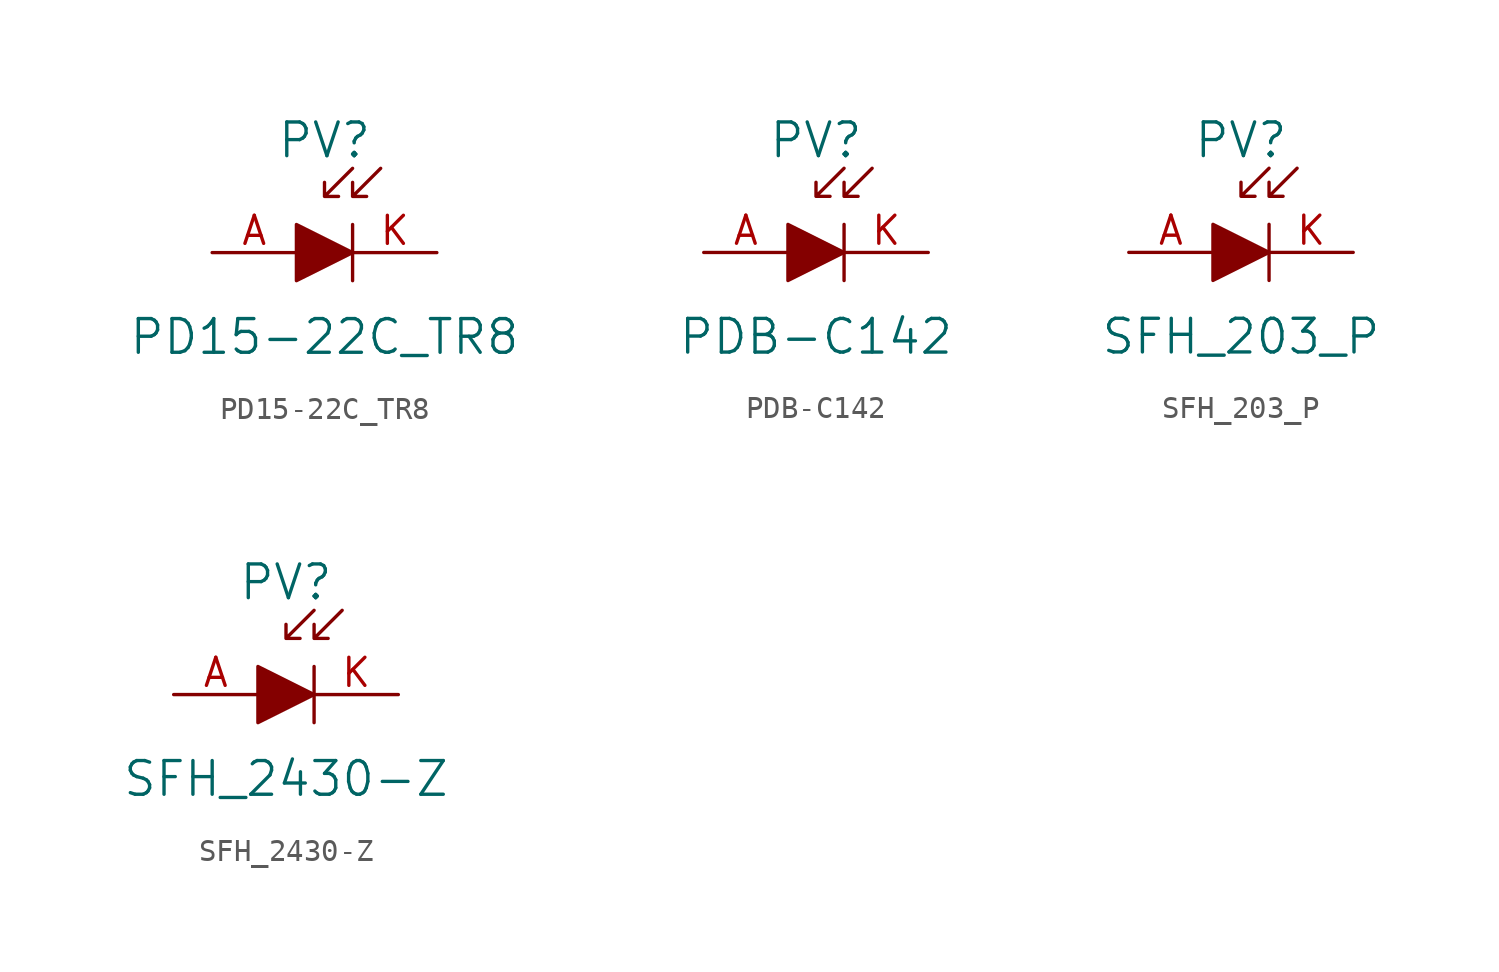
<source format=kicad_sym>
(kicad_symbol_lib
  (version 20231120)
  (generator "kicad_symbol_editor")
  (generator_version "8.0")
  (symbol "PD15-22C_TR8"
    (pin_names
      (offset 0))
    (property "Reference" "PV"
      (at 0 5.08 0)
      (effects (font (size 1.524 1.524))))
    (property "Value" "PD15-22C_TR8"
      (at 0 -3.81 0)
      (effects (font (size 1.524 1.524))))
    (symbol "PD15-22C_TR8_0_1"
      (polyline (pts (xy 1.27 1.27) (xy 1.27 -1.27)) (stroke (width 0) (type solid)) (fill (type none)))
      (polyline (pts (xy -1.27 1.27) (xy -1.27 -1.27) (xy 1.27 0) (xy -1.27 1.27)) (stroke (width 0) (type solid)) (fill (type outline)))
      (polyline (pts (xy 0 2.54) (xy 0.635 2.54) (xy 0 2.54) (xy 0 3.175) (xy 0 2.54) (xy 1.27 3.81)) (stroke (width 0) (type solid)) (fill (type none)))
      (polyline (pts (xy 1.27 2.54) (xy 1.27 3.175) (xy 1.27 2.54) (xy 1.905 2.54) (xy 1.27 2.54) (xy 2.54 3.81)) (stroke (width 0) (type solid)) (fill (type none))))
    (symbol "PD15-22C_TR8_1_1"
      (pin passive line (at -5.08 0 0) (length 3.81) (name "~" (effects (font (size 1.27 1.27)))) (number "A" (effects (font (size 1.27 1.27)))))
      (pin passive line (at 5.08 0 180) (length 3.81) (name "~" (effects (font (size 1.27 1.27)))) (number "K" (effects (font (size 1.27 1.27)))))))
  (symbol "PDB-C142"
    (pin_names
      (offset 0))
    (property "Reference" "PV"
      (at 0 5.08 0)
      (effects (font (size 1.524 1.524))))
    (property "Value" "PDB-C142"
      (at 0 -3.81 0)
      (effects (font (size 1.524 1.524))))
    (symbol "PDB-C142_0_1"
      (polyline (pts (xy 1.27 1.27) (xy 1.27 -1.27)) (stroke (width 0) (type solid)) (fill (type none)))
      (polyline (pts (xy -1.27 1.27) (xy -1.27 -1.27) (xy 1.27 0) (xy -1.27 1.27)) (stroke (width 0) (type solid)) (fill (type outline)))
      (polyline (pts (xy 0 2.54) (xy 0.635 2.54) (xy 0 2.54) (xy 0 3.175) (xy 0 2.54) (xy 1.27 3.81)) (stroke (width 0) (type solid)) (fill (type none)))
      (polyline (pts (xy 1.27 2.54) (xy 1.27 3.175) (xy 1.27 2.54) (xy 1.905 2.54) (xy 1.27 2.54) (xy 2.54 3.81)) (stroke (width 0) (type solid)) (fill (type none))))
    (symbol "PDB-C142_1_1"
      (pin passive line (at -5.08 0 0) (length 3.81) (name "~" (effects (font (size 1.27 1.27)))) (number "A" (effects (font (size 1.27 1.27)))))
      (pin passive line (at 5.08 0 180) (length 3.81) (name "~" (effects (font (size 1.27 1.27)))) (number "K" (effects (font (size 1.27 1.27)))))))
  (symbol "SFH_203_P"
    (pin_names
      (offset 0))
    (property "Reference" "PV"
      (at 0 5.08 0)
      (effects (font (size 1.524 1.524))))
    (property "Value" "SFH_203_P"
      (at 0 -3.81 0)
      (effects (font (size 1.524 1.524))))
    (symbol "SFH_203_P_0_1"
      (polyline (pts (xy 1.27 1.27) (xy 1.27 -1.27)) (stroke (width 0) (type solid)) (fill (type none)))
      (polyline (pts (xy -1.27 1.27) (xy -1.27 -1.27) (xy 1.27 0) (xy -1.27 1.27)) (stroke (width 0) (type solid)) (fill (type outline)))
      (polyline (pts (xy 0 2.54) (xy 0.635 2.54) (xy 0 2.54) (xy 0 3.175) (xy 0 2.54) (xy 1.27 3.81)) (stroke (width 0) (type solid)) (fill (type none)))
      (polyline (pts (xy 1.27 2.54) (xy 1.27 3.175) (xy 1.27 2.54) (xy 1.905 2.54) (xy 1.27 2.54) (xy 2.54 3.81)) (stroke (width 0) (type solid)) (fill (type none))))
    (symbol "SFH_203_P_1_1"
      (pin passive line (at -5.08 0 0) (length 3.81) (name "~" (effects (font (size 1.27 1.27)))) (number "A" (effects (font (size 1.27 1.27)))))
      (pin passive line (at 5.08 0 180) (length 3.81) (name "~" (effects (font (size 1.27 1.27)))) (number "K" (effects (font (size 1.27 1.27)))))))
  (symbol "SFH_2430-Z"
    (pin_names
      (offset 0))
    (property "Reference" "PV"
      (at 0 5.08 0)
      (effects (font (size 1.524 1.524))))
    (property "Value" "SFH_2430-Z"
      (at 0 -3.81 0)
      (effects (font (size 1.524 1.524))))
    (symbol "SFH_2430-Z_0_1"
      (polyline (pts (xy 1.27 1.27) (xy 1.27 -1.27)) (stroke (width 0) (type solid)) (fill (type none)))
      (polyline (pts (xy -1.27 1.27) (xy -1.27 -1.27) (xy 1.27 0) (xy -1.27 1.27)) (stroke (width 0) (type solid)) (fill (type outline)))
      (polyline (pts (xy 0 2.54) (xy 0.635 2.54) (xy 0 2.54) (xy 0 3.175) (xy 0 2.54) (xy 1.27 3.81)) (stroke (width 0) (type solid)) (fill (type none)))
      (polyline (pts (xy 1.27 2.54) (xy 1.27 3.175) (xy 1.27 2.54) (xy 1.905 2.54) (xy 1.27 2.54) (xy 2.54 3.81)) (stroke (width 0) (type solid)) (fill (type none))))
    (symbol "SFH_2430-Z_1_1"
      (pin passive line (at -5.08 0 0) (length 3.81) (name "~" (effects (font (size 1.27 1.27)))) (number "A" (effects (font (size 1.27 1.27)))))
      (pin passive line (at 5.08 0 180) (length 3.81) (name "~" (effects (font (size 1.27 1.27)))) (number "K" (effects (font (size 1.27 1.27))))))))
</source>
